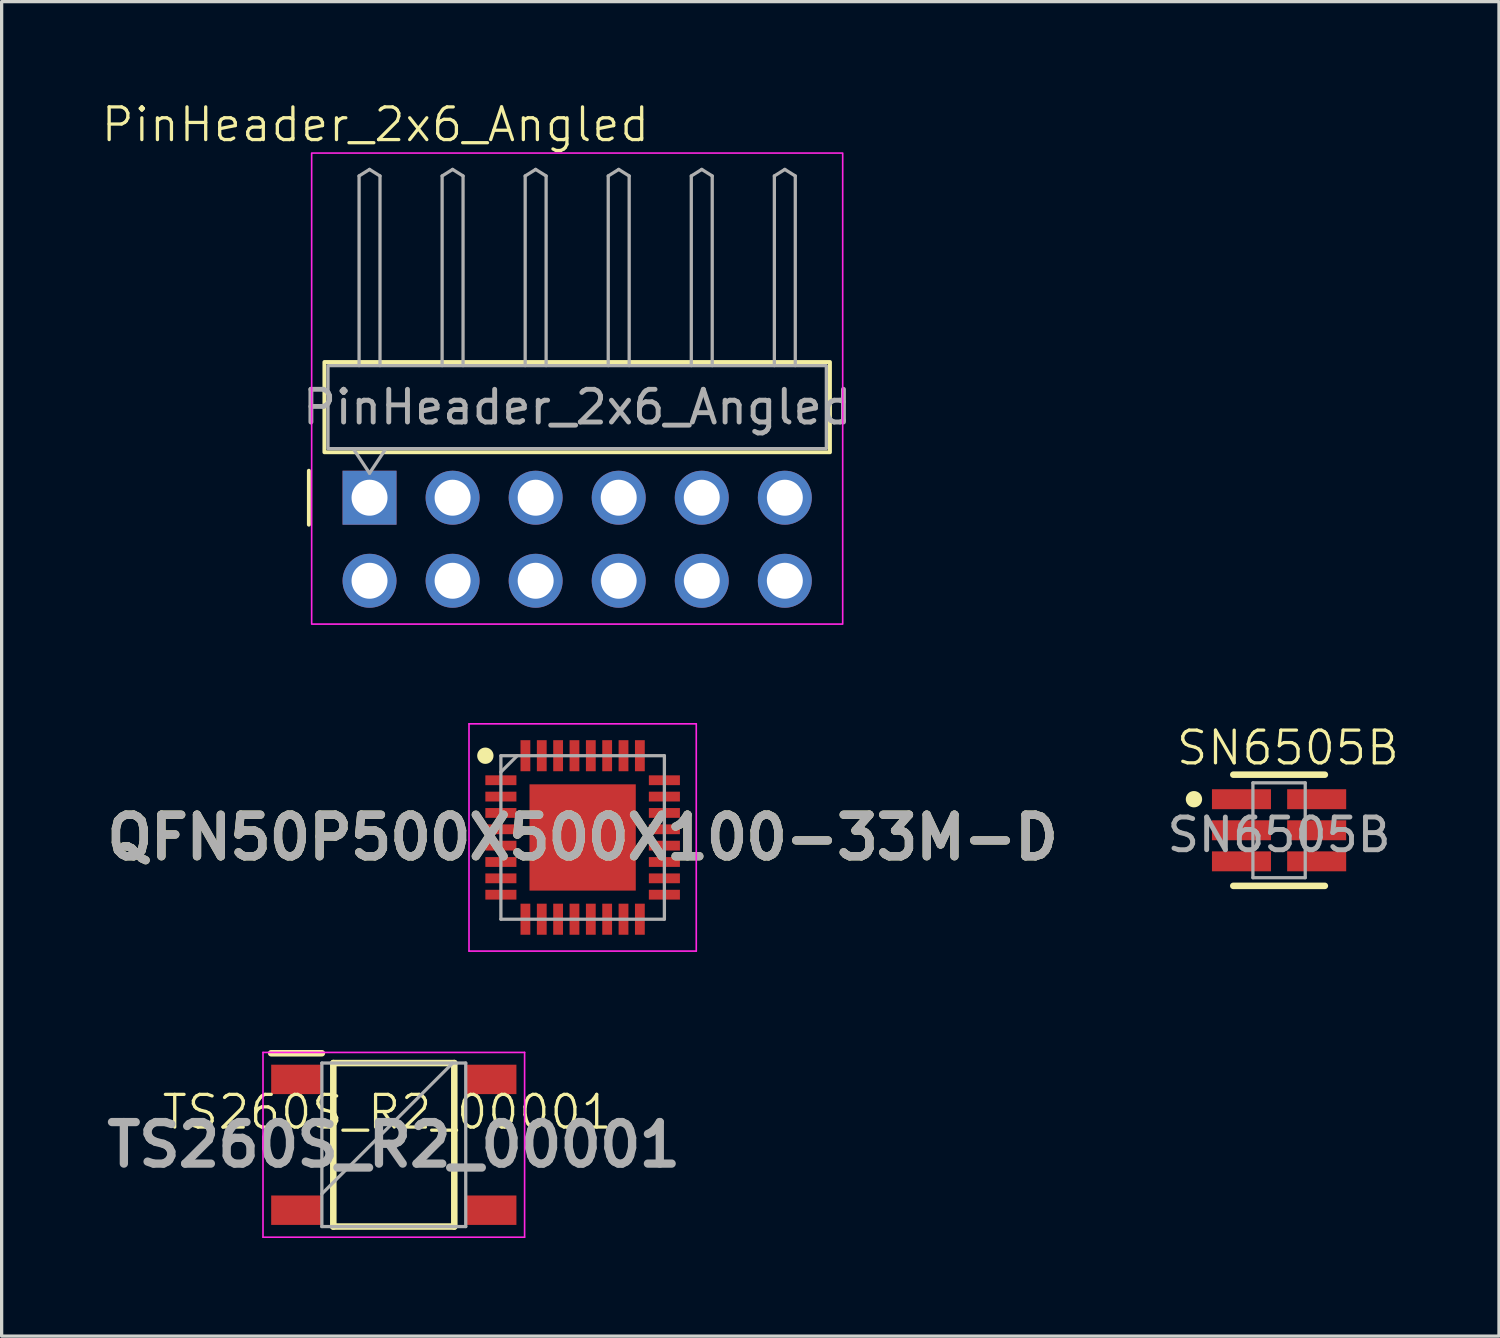
<source format=kicad_pcb>
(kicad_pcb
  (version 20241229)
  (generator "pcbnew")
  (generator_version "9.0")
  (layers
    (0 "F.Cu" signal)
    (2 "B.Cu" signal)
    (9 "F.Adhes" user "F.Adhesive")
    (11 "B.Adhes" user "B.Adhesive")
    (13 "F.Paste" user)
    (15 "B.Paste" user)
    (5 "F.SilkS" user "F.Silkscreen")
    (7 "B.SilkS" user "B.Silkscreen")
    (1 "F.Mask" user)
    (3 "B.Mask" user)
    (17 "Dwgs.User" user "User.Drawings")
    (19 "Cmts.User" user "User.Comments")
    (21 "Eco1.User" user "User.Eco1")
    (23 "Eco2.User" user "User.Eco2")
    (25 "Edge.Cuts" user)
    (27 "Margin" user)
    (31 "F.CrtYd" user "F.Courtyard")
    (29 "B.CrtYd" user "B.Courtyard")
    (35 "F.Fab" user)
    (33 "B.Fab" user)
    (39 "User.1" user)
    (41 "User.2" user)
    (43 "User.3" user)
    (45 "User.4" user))
  (footprint "PinHeader_2x6_Angled"
    (layer "F.Cu")
    (at 8.241 12.191)
    (property "Reference" "PinHeader_2x6_Angled" (at 0.19 -11.43 0) (unlocked yes) (layer "F.SilkS") (effects (font (size 1 1) (thickness 0.1))))
    (attr smd)
    (fp_line (start -1.845 -0.845) (end -1.845 0.805) (stroke (width 0.12) (type solid)) (layer "F.SilkS"))
    (fp_rect (start -1.37 -4.17) (end 14.09 -1.41) (stroke (width 0.12) (type solid)) (fill no) (layer "F.SilkS"))
    (fp_rect (start -1.76 -10.56) (end 14.48 3.845) (stroke (width 0.05) (type solid)) (fill no) (layer "F.CrtYd"))
    (fp_line (start -0.31 -9.86) (end -0.31 -4.06) (stroke (width 0.1) (type solid)) (layer "F.Fab"))
    (fp_line (start 0.01 -10.06) (end -0.31 -9.86) (stroke (width 0.1) (type solid)) (layer "F.Fab"))
    (fp_line (start 0.01 -0.77) (end -0.49 -1.52) (stroke (width 0.1) (type solid)) (layer "F.Fab"))
    (fp_line (start 0.01 -0.77) (end 0.51 -1.52) (stroke (width 0.1) (type solid)) (layer "F.Fab"))
    (fp_line (start 0.33 -9.86) (end 0.01 -10.06) (stroke (width 0.1) (type default)) (layer "F.Fab"))
    (fp_line (start 0.33 -4.06) (end 0.33 -9.86) (stroke (width 0.1) (type solid)) (layer "F.Fab"))
    (fp_line (start 2.23 -9.86) (end 2.23 -4.06) (stroke (width 0.1) (type solid)) (layer "F.Fab"))
    (fp_line (start 2.55 -10.06) (end 2.23 -9.86) (stroke (width 0.1) (type solid)) (layer "F.Fab"))
    (fp_line (start 2.87 -9.86) (end 2.55 -10.06) (stroke (width 0.1) (type default)) (layer "F.Fab"))
    (fp_line (start 2.87 -4.06) (end 2.87 -9.86) (stroke (width 0.1) (type solid)) (layer "F.Fab"))
    (fp_line (start 4.77 -9.86) (end 4.77 -4.06) (stroke (width 0.1) (type solid)) (layer "F.Fab"))
    (fp_line (start 5.09 -10.06) (end 4.77 -9.86) (stroke (width 0.1) (type solid)) (layer "F.Fab"))
    (fp_line (start 5.41 -9.86) (end 5.09 -10.06) (stroke (width 0.1) (type default)) (layer "F.Fab"))
    (fp_line (start 5.41 -4.06) (end 5.41 -9.86) (stroke (width 0.1) (type solid)) (layer "F.Fab"))
    (fp_line (start 7.31 -9.86) (end 7.31 -4.06) (stroke (width 0.1) (type solid)) (layer "F.Fab"))
    (fp_line (start 7.63 -10.06) (end 7.31 -9.86) (stroke (width 0.1) (type solid)) (layer "F.Fab"))
    (fp_line (start 7.95 -9.86) (end 7.63 -10.06) (stroke (width 0.1) (type default)) (layer "F.Fab"))
    (fp_line (start 7.95 -4.06) (end 7.95 -9.86) (stroke (width 0.1) (type solid)) (layer "F.Fab"))
    (fp_line (start 9.85 -9.86) (end 9.85 -4.06) (stroke (width 0.1) (type solid)) (layer "F.Fab"))
    (fp_line (start 10.17 -10.06) (end 9.85 -9.86) (stroke (width 0.1) (type solid)) (layer "F.Fab"))
    (fp_line (start 10.49 -9.86) (end 10.17 -10.06) (stroke (width 0.1) (type solid)) (layer "F.Fab"))
    (fp_line (start 10.49 -4.06) (end 10.49 -9.86) (stroke (width 0.1) (type solid)) (layer "F.Fab"))
    (fp_line (start 12.39 -9.86) (end 12.39 -4.06) (stroke (width 0.1) (type solid)) (layer "F.Fab"))
    (fp_line (start 12.71 -10.06) (end 12.39 -9.86) (stroke (width 0.1) (type solid)) (layer "F.Fab"))
    (fp_line (start 13.03 -9.86) (end 12.71 -10.06) (stroke (width 0.1) (type solid)) (layer "F.Fab"))
    (fp_line (start 13.03 -4.06) (end 13.03 -9.86) (stroke (width 0.1) (type solid)) (layer "F.Fab"))
    (fp_rect (start -1.26 -4.06) (end 13.98 -1.52) (stroke (width 0.1) (type solid)) (fill no) (layer "F.Fab"))
    (fp_text user "${REFERENCE}" (at 6.36 -2.79 0) (unlocked yes) (layer "F.Fab") (effects (font (size 1 1) (thickness 0.15))))
    (pad "1" thru_hole rect (at 0.01 -0.02 180) (size 1.65 1.65) (drill 1.1) (layers "*.Cu" "*.Mask"))
    (pad "2" thru_hole circle (at 0.01 2.52 180) (size 1.65 1.65) (drill 1.1) (layers "*.Cu" "*.Mask"))
    (pad "3" thru_hole circle (at 2.55 -0.02 180) (size 1.65 1.65) (drill 1.1) (layers "*.Cu" "*.Mask"))
    (pad "4" thru_hole circle (at 2.55 2.52 180) (size 1.65 1.65) (drill 1.1) (layers "*.Cu" "*.Mask"))
    (pad "5" thru_hole circle (at 5.09 -0.02 180) (size 1.65 1.65) (drill 1.1) (layers "*.Cu" "*.Mask"))
    (pad "6" thru_hole circle (at 5.09 2.52 180) (size 1.65 1.65) (drill 1.1) (layers "*.Cu" "*.Mask"))
    (pad "7" thru_hole circle (at 7.63 -0.02 180) (size 1.65 1.65) (drill 1.1) (layers "*.Cu" "*.Mask"))
    (pad "8" thru_hole circle (at 7.63 2.52 180) (size 1.65 1.65) (drill 1.1) (layers "*.Cu" "*.Mask"))
    (pad "9" thru_hole circle (at 10.17 -0.02 180) (size 1.65 1.65) (drill 1.1) (layers "*.Cu" "*.Mask"))
    (pad "10" thru_hole circle (at 10.17 2.52 180) (size 1.65 1.65) (drill 1.1) (layers "*.Cu" "*.Mask"))
    (pad "11" thru_hole circle (at 12.71 -0.02 180) (size 1.65 1.65) (drill 1.1) (layers "*.Cu" "*.Mask"))
    (pad "12" thru_hole circle (at 12.71 2.52 180) (size 1.65 1.65) (drill 1.1) (layers "*.Cu" "*.Mask")))
  (footprint "SN6505B"
    (layer "F.Cu")
    (at 36.076 22.351)
    (property "Reference" "SN6505B" (at 0.26 -2.53 0) (unlocked yes) (layer "F.SilkS") (effects (font (size 1 1) (thickness 0.1))))
    (attr smd)
    (fp_line (start -1.41 -1.71) (end 1.39 -1.71) (stroke (width 0.2) (type solid)) (layer "F.SilkS"))
    (fp_line (start -1.41 1.69) (end 1.39 1.69) (stroke (width 0.2) (type solid)) (layer "F.SilkS"))
    (fp_circle (center -2.613 -0.96) (end -2.488 -0.96) (stroke (width 0.25) (type solid)) (fill no) (layer "F.SilkS"))
    (fp_line (start -0.81 -1.46) (end 0.79 -1.46) (stroke (width 0.1) (type solid)) (layer "F.Fab"))
    (fp_line (start -0.81 1.44) (end -0.81 -1.46) (stroke (width 0.1) (type solid)) (layer "F.Fab"))
    (fp_line (start -0.81 1.44) (end 0.79 1.44) (stroke (width 0.1) (type solid)) (layer "F.Fab"))
    (fp_line (start 0.79 1.44) (end 0.79 -1.46) (stroke (width 0.1) (type solid)) (layer "F.Fab"))
    (fp_text user "${REFERENCE}" (at -0.01 0.13 0) (unlocked yes) (layer "F.Fab") (effects (font (size 1 1) (thickness 0.15))))
    (pad "1" smd rect (at -1.16 -0.96) (size 1.805 0.61) (layers "F.Cu" "F.Mask" "F.Paste"))
    (pad "2" smd rect (at -1.16 -0.01) (size 1.805 0.61) (layers "F.Cu" "F.Mask" "F.Paste"))
    (pad "3" smd rect (at -1.16 0.94) (size 1.805 0.61) (layers "F.Cu" "F.Mask" "F.Paste"))
    (pad "4" smd rect (at 1.14 0.94) (size 1.805 0.61) (layers "F.Cu" "F.Mask" "F.Paste"))
    (pad "5" smd rect (at 1.14 -0.01) (size 1.805 0.61) (layers "F.Cu" "F.Mask" "F.Paste"))
    (pad "6" smd rect (at 1.14 -0.96) (size 1.805 0.61) (layers "F.Cu" "F.Mask" "F.Paste")))
  (footprint "QFN50P500X500X100-33M-D"
    (layer "F.Cu")
    (at 14.768 22.561)
    (property "Reference" "QFN50P500X500X100-33M-D" (at 0 0 0) (layer "F.SilkS") (effects (font (size 1.27 1.27) (thickness 0.254))))
    (attr smd)
    (fp_circle (center -2.975 -2.5) (end -2.975 -2.375) (stroke (width 0.25) (type solid)) (fill no) (layer "F.SilkS"))
    (fp_line (start -3.475 -3.475) (end 3.475 -3.475) (stroke (width 0.05) (type solid)) (layer "F.CrtYd"))
    (fp_line (start -3.475 3.475) (end -3.475 -3.475) (stroke (width 0.05) (type solid)) (layer "F.CrtYd"))
    (fp_line (start 3.475 -3.475) (end 3.475 3.475) (stroke (width 0.05) (type solid)) (layer "F.CrtYd"))
    (fp_line (start 3.475 3.475) (end -3.475 3.475) (stroke (width 0.05) (type solid)) (layer "F.CrtYd"))
    (fp_line (start -2.5 -2.5) (end 2.5 -2.5) (stroke (width 0.1) (type solid)) (layer "F.Fab"))
    (fp_line (start -2.5 -2) (end -2 -2.5) (stroke (width 0.1) (type solid)) (layer "F.Fab"))
    (fp_line (start -2.5 2.5) (end -2.5 -2.5) (stroke (width 0.1) (type solid)) (layer "F.Fab"))
    (fp_line (start 2.5 -2.5) (end 2.5 2.5) (stroke (width 0.1) (type solid)) (layer "F.Fab"))
    (fp_line (start 2.5 2.5) (end -2.5 2.5) (stroke (width 0.1) (type solid)) (layer "F.Fab"))
    (fp_text user "${REFERENCE}" (at 0 0 0) (layer "F.Fab") (effects (font (size 1.27 1.27) (thickness 0.254))))
    (pad "1" smd rect (at -2.5 -1.75 90) (size 0.3 0.95) (layers "F.Cu" "F.Mask" "F.Paste"))
    (pad "2" smd rect (at -2.5 -1.25 90) (size 0.3 0.95) (layers "F.Cu" "F.Mask" "F.Paste"))
    (pad "3" smd rect (at -2.5 -0.75 90) (size 0.3 0.95) (layers "F.Cu" "F.Mask" "F.Paste"))
    (pad "4" smd rect (at -2.5 -0.25 90) (size 0.3 0.95) (layers "F.Cu" "F.Mask" "F.Paste"))
    (pad "5" smd rect (at -2.5 0.25 90) (size 0.3 0.95) (layers "F.Cu" "F.Mask" "F.Paste"))
    (pad "6" smd rect (at -2.5 0.75 90) (size 0.3 0.95) (layers "F.Cu" "F.Mask" "F.Paste"))
    (pad "7" smd rect (at -2.5 1.25 90) (size 0.3 0.95) (layers "F.Cu" "F.Mask" "F.Paste"))
    (pad "8" smd rect (at -2.5 1.75 90) (size 0.3 0.95) (layers "F.Cu" "F.Mask" "F.Paste"))
    (pad "9" smd rect (at -1.75 2.5) (size 0.3 0.95) (layers "F.Cu" "F.Mask" "F.Paste"))
    (pad "10" smd rect (at -1.25 2.5) (size 0.3 0.95) (layers "F.Cu" "F.Mask" "F.Paste"))
    (pad "11" smd rect (at -0.75 2.5) (size 0.3 0.95) (layers "F.Cu" "F.Mask" "F.Paste"))
    (pad "12" smd rect (at -0.25 2.5) (size 0.3 0.95) (layers "F.Cu" "F.Mask" "F.Paste"))
    (pad "13" smd rect (at 0.25 2.5) (size 0.3 0.95) (layers "F.Cu" "F.Mask" "F.Paste"))
    (pad "14" smd rect (at 0.75 2.5) (size 0.3 0.95) (layers "F.Cu" "F.Mask" "F.Paste"))
    (pad "15" smd rect (at 1.25 2.5) (size 0.3 0.95) (layers "F.Cu" "F.Mask" "F.Paste"))
    (pad "16" smd rect (at 1.75 2.5) (size 0.3 0.95) (layers "F.Cu" "F.Mask" "F.Paste"))
    (pad "17" smd rect (at 2.5 1.75 90) (size 0.3 0.95) (layers "F.Cu" "F.Mask" "F.Paste"))
    (pad "18" smd rect (at 2.5 1.25 90) (size 0.3 0.95) (layers "F.Cu" "F.Mask" "F.Paste"))
    (pad "19" smd rect (at 2.5 0.75 90) (size 0.3 0.95) (layers "F.Cu" "F.Mask" "F.Paste"))
    (pad "20" smd rect (at 2.5 0.25 90) (size 0.3 0.95) (layers "F.Cu" "F.Mask" "F.Paste"))
    (pad "21" smd rect (at 2.5 -0.25 90) (size 0.3 0.95) (layers "F.Cu" "F.Mask" "F.Paste"))
    (pad "22" smd rect (at 2.5 -0.75 90) (size 0.3 0.95) (layers "F.Cu" "F.Mask" "F.Paste"))
    (pad "23" smd rect (at 2.5 -1.25 90) (size 0.3 0.95) (layers "F.Cu" "F.Mask" "F.Paste"))
    (pad "24" smd rect (at 2.5 -1.75 90) (size 0.3 0.95) (layers "F.Cu" "F.Mask" "F.Paste"))
    (pad "25" smd rect (at 1.75 -2.5) (size 0.3 0.95) (layers "F.Cu" "F.Mask" "F.Paste"))
    (pad "26" smd rect (at 1.25 -2.5) (size 0.3 0.95) (layers "F.Cu" "F.Mask" "F.Paste"))
    (pad "27" smd rect (at 0.75 -2.5) (size 0.3 0.95) (layers "F.Cu" "F.Mask" "F.Paste"))
    (pad "28" smd rect (at 0.25 -2.5) (size 0.3 0.95) (layers "F.Cu" "F.Mask" "F.Paste"))
    (pad "29" smd rect (at -0.25 -2.5) (size 0.3 0.95) (layers "F.Cu" "F.Mask" "F.Paste"))
    (pad "30" smd rect (at -0.75 -2.5) (size 0.3 0.95) (layers "F.Cu" "F.Mask" "F.Paste"))
    (pad "31" smd rect (at -1.25 -2.5) (size 0.3 0.95) (layers "F.Cu" "F.Mask" "F.Paste"))
    (pad "32" smd rect (at -1.75 -2.5) (size 0.3 0.95) (layers "F.Cu" "F.Mask" "F.Paste"))
    (pad "33" smd rect (at 0 0) (size 3.25 3.25) (layers "F.Cu" "F.Mask" "F.Paste")))
  (footprint "TS260S_R2_00001"
    (layer "F.Cu")
    (at 8.793 31.46)
    (property "Reference" "TS260S_R2_00001" (at 0 -0.5 0) (unlocked yes) (layer "F.SilkS") (effects (font (size 1 1) (thickness 0.1))))
    (attr smd)
    (fp_line (start -3.55 -2.3) (end -2 -2.3) (stroke (width 0.2) (type solid)) (layer "F.SilkS"))
    (fp_line (start -1.65 -2) (end 2.05 -2) (stroke (width 0.2) (type solid)) (layer "F.SilkS"))
    (fp_line (start -1.65 3) (end -1.65 -2) (stroke (width 0.2) (type solid)) (layer "F.SilkS"))
    (fp_line (start 2.05 -2) (end 2.05 3) (stroke (width 0.2) (type solid)) (layer "F.SilkS"))
    (fp_line (start 2.05 3) (end -1.65 3) (stroke (width 0.2) (type solid)) (layer "F.SilkS"))
    (fp_line (start -3.8 -2.325) (end 4.2 -2.325) (stroke (width 0.05) (type solid)) (layer "F.CrtYd"))
    (fp_line (start -3.8 3.325) (end -3.8 -2.325) (stroke (width 0.05) (type solid)) (layer "F.CrtYd"))
    (fp_line (start 4.2 -2.325) (end 4.2 3.325) (stroke (width 0.05) (type solid)) (layer "F.CrtYd"))
    (fp_line (start 4.2 3.325) (end -3.8 3.325) (stroke (width 0.05) (type solid)) (layer "F.CrtYd"))
    (fp_line (start -2 -2) (end 2.4 -2) (stroke (width 0.1) (type solid)) (layer "F.Fab"))
    (fp_line (start -2 2) (end 2 -2) (stroke (width 0.1) (type solid)) (layer "F.Fab"))
    (fp_line (start -2 3) (end -2 -2) (stroke (width 0.1) (type solid)) (layer "F.Fab"))
    (fp_line (start 2.4 -2) (end 2.4 3) (stroke (width 0.1) (type solid)) (layer "F.Fab"))
    (fp_line (start 2.4 3) (end -2 3) (stroke (width 0.1) (type solid)) (layer "F.Fab"))
    (fp_text user "${REFERENCE}" (at 0.2 0.5 0) (layer "F.Fab") (effects (font (size 1.27 1.27) (thickness 0.254))))
    (pad "1" smd rect (at -2.775 -1.5 90) (size 0.9 1.55) (layers "F.Cu" "F.Mask" "F.Paste"))
    (pad "2" smd rect (at -2.775 2.5 90) (size 0.9 1.55) (layers "F.Cu" "F.Mask" "F.Paste"))
    (pad "3" smd rect (at 3.175 2.5 90) (size 0.9 1.55) (layers "F.Cu" "F.Mask" "F.Paste"))
    (pad "4" smd rect (at 3.175 -1.5 90) (size 0.9 1.55) (layers "F.Cu" "F.Mask" "F.Paste")))
  (gr_rect
    (start -3 -3)
    (end 42.791 37.81)
    (stroke (width 0.1) (type default))
    (fill no)
    (layer "Edge.Cuts")))
</source>
